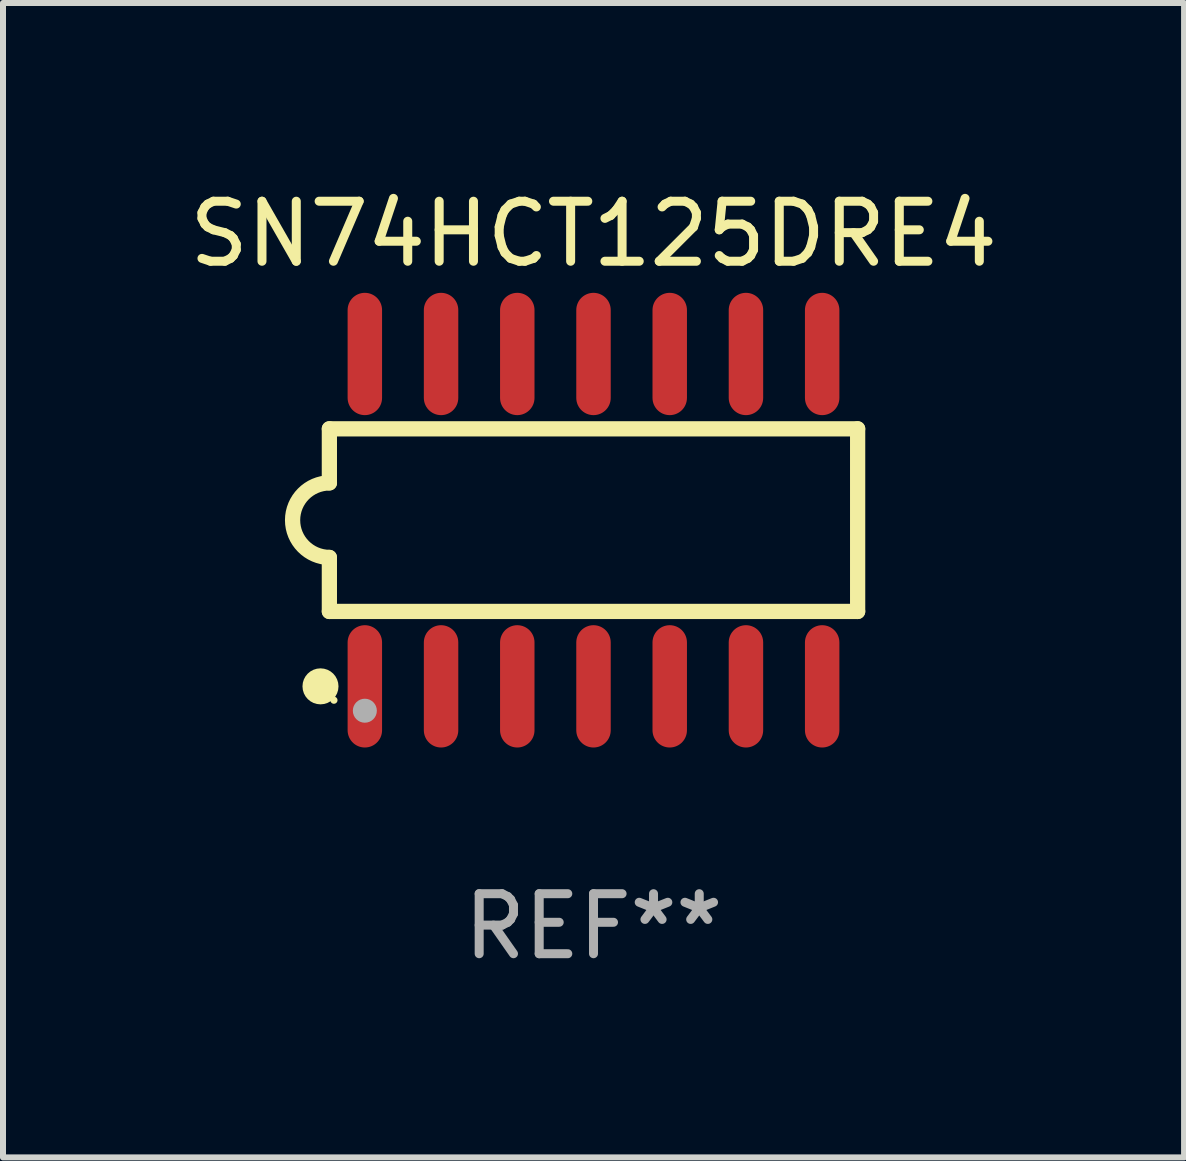
<source format=kicad_pcb>
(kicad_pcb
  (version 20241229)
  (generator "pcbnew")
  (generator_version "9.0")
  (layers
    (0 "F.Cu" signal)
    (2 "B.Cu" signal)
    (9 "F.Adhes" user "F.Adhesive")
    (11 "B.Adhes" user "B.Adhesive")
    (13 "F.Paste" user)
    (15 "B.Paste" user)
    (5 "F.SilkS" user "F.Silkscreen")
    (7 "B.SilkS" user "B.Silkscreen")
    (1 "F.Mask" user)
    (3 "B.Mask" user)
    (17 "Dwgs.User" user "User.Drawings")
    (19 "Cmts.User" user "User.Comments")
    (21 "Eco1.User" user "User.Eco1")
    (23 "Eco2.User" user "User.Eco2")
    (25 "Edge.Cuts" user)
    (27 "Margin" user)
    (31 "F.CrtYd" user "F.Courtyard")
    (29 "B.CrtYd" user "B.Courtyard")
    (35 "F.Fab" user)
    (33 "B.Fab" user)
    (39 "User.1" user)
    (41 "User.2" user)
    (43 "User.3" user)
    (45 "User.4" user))
  (footprint "SN74HCT125DRE4"
    (layer "F.Cu")
    (at 6.839 5.617)
    (property "Reference" "SN74HCT125DRE4" (at 0 -4.769 0) (layer "F.SilkS") (effects (font (size 1 1) (thickness 0.15))))
    (attr through_hole)
    (fp_line (start -4.401 -1.522) (end -4.401 -0.622) (stroke (width 0.254) (type solid)) (layer "F.SilkS"))
    (fp_line (start -4.401 -1.522) (end 4.401 -1.522) (stroke (width 0.254) (type solid)) (layer "F.SilkS"))
    (fp_line (start -4.401 1.521) (end -4.401 0.621) (stroke (width 0.254) (type solid)) (layer "F.SilkS"))
    (fp_line (start 4.401 -1.522) (end 4.401 1.521) (stroke (width 0.254) (type solid)) (layer "F.SilkS"))
    (fp_line (start 4.401 1.521) (end -4.401 1.521) (stroke (width 0.254) (type solid)) (layer "F.SilkS"))
    (fp_arc (start -4.401219 0.621311) (mid -5.021261 -0.000419) (end -4.400101 -0.621032) (stroke (width 0.254001) (type solid)) (layer "F.SilkS"))
    (fp_circle (center -4.549 2.769) (end -4.399 2.769) (stroke (width 0.3) (type solid)) (fill no) (layer "F.SilkS"))
    (fp_circle (center -4.325 3) (end -4.295 3) (stroke (width 0.06) (type solid)) (fill no) (layer "F.SilkS"))
    (fp_circle (center -3.81 3.175) (end -3.71 3.175) (stroke (width 0.2) (type solid)) (fill no) (layer "F.Fab"))
    (fp_text user "REF**" (at 0 6.769 0) (layer "F.Fab") (effects (font (size 1 1) (thickness 0.15))))
    (pad "1" smd oval (at -3.81 2.769) (size 0.574 2.038) (layers "F.Cu" "F.Mask" "F.Paste"))
    (pad "2" smd oval (at -2.54 2.769) (size 0.574 2.038) (layers "F.Cu" "F.Mask" "F.Paste"))
    (pad "3" smd oval (at -1.27 2.769) (size 0.574 2.038) (layers "F.Cu" "F.Mask" "F.Paste"))
    (pad "4" smd oval (at -0.000051 2.769) (size 0.574 2.038) (layers "F.Cu" "F.Mask" "F.Paste"))
    (pad "5" smd oval (at 1.27 2.769) (size 0.574 2.038) (layers "F.Cu" "F.Mask" "F.Paste"))
    (pad "6" smd oval (at 2.54 2.769) (size 0.574 2.038) (layers "F.Cu" "F.Mask" "F.Paste"))
    (pad "7" smd oval (at 3.81 2.769) (size 0.574 2.038) (layers "F.Cu" "F.Mask" "F.Paste"))
    (pad "8" smd oval (at 3.81 -2.769) (size 0.574 2.038) (layers "F.Cu" "F.Mask" "F.Paste"))
    (pad "9" smd oval (at 2.54 -2.769) (size 0.574 2.038) (layers "F.Cu" "F.Mask" "F.Paste"))
    (pad "10" smd oval (at 1.27 -2.769) (size 0.574 2.038) (layers "F.Cu" "F.Mask" "F.Paste"))
    (pad "11" smd oval (at -0.000051 -2.769) (size 0.574 2.038) (layers "F.Cu" "F.Mask" "F.Paste"))
    (pad "12" smd oval (at -1.27 -2.769) (size 0.574 2.038) (layers "F.Cu" "F.Mask" "F.Paste"))
    (pad "13" smd oval (at -2.54 -2.769) (size 0.574 2.038) (layers "F.Cu" "F.Mask" "F.Paste"))
    (pad "14" smd oval (at -3.81 -2.769) (size 0.574 2.038) (layers "F.Cu" "F.Mask" "F.Paste")))
  (gr_rect
    (start -3 -3)
    (end 16.679 16.235)
    (stroke (width 0.1) (type default))
    (fill no)
    (layer "Edge.Cuts")))
</source>
